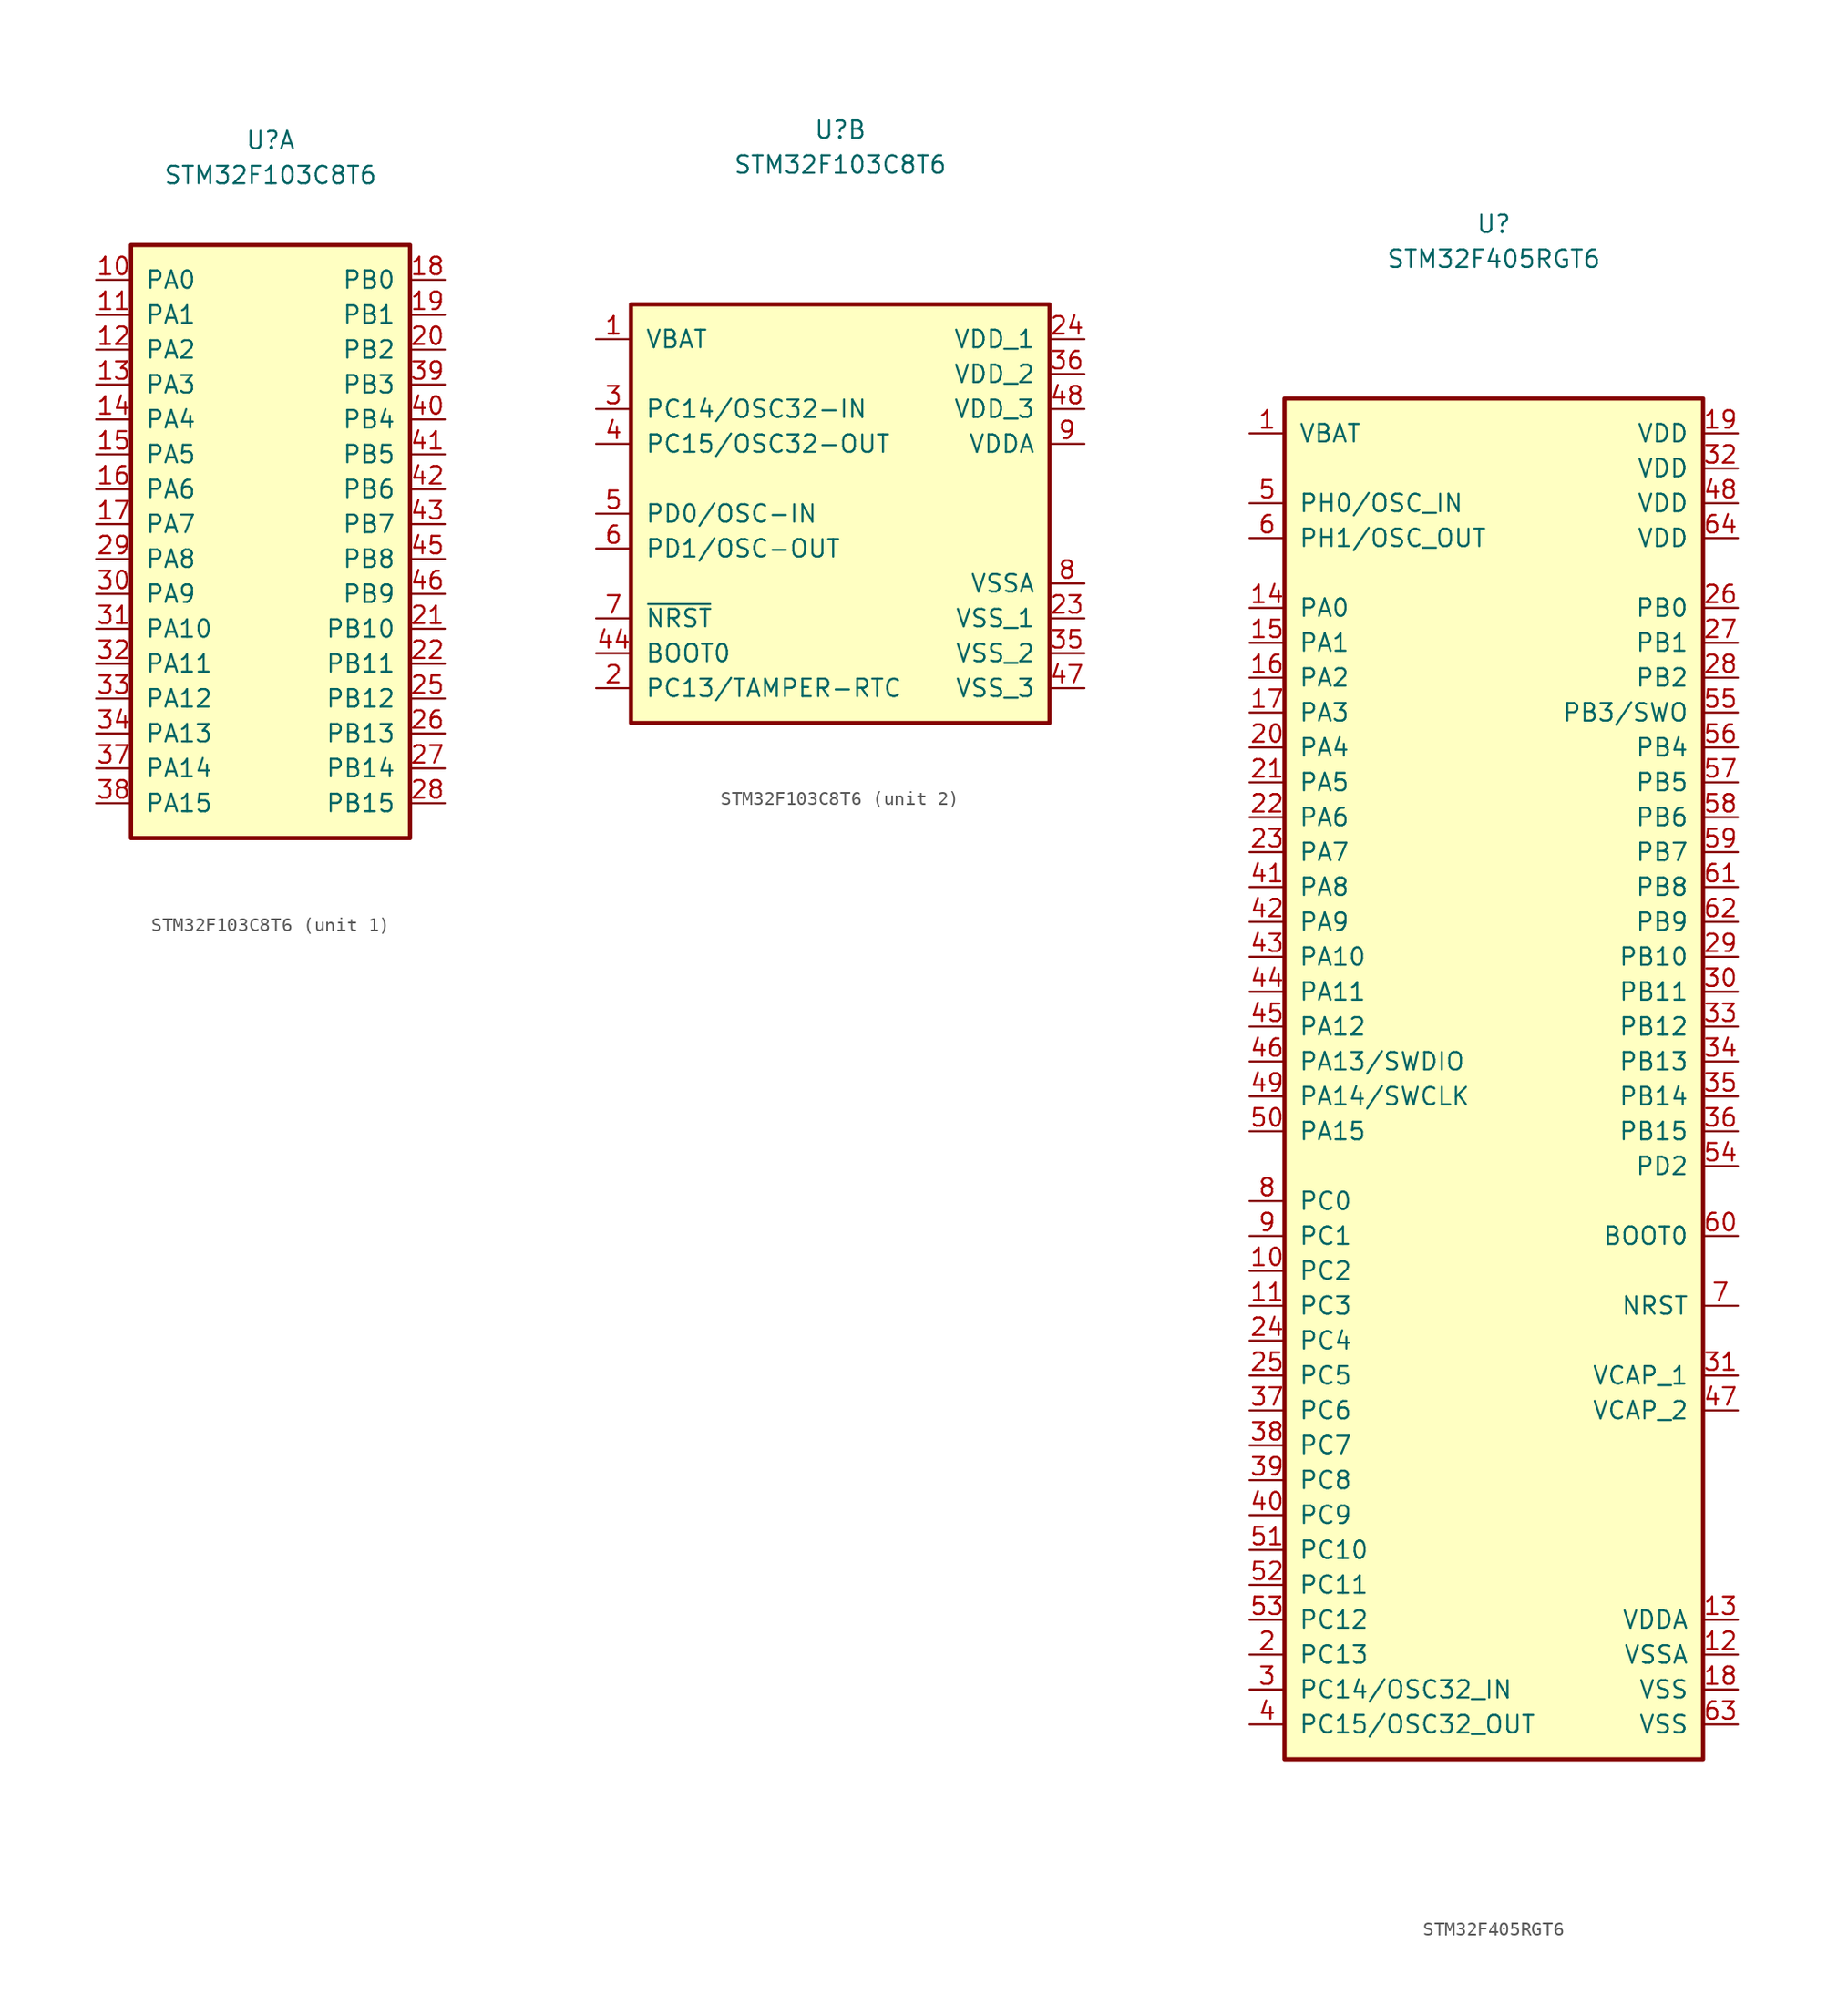
<source format=kicad_sym>
(kicad_symbol_lib
  (version 20211014)
  (generator kicad_symbol_editor)
  (symbol "STM32F103C8T6"
    (pin_names
      (offset 1.016))
    (property "Reference" "U"
      (at 0 27.94 0)
      (effects (font (size 1.27 1.27))))
    (property "Value" "STM32F103C8T6"
      (at 0 25.4 0)
      (effects (font (size 1.27 1.27))))
    (property "ki_locked" ""
      (at 0 0 0)
      (effects (font (size 1.27 1.27))))
    (symbol "STM32F103C8T6_1_1"
      (rectangle (start -10.16 20.32) (end 10.16 -22.86) (stroke (width 0.305) (type default) (color 0 0 0 0)) (fill (type background)))
      (pin bidirectional line (at -12.7 17.78 0) (length 2.54) (name "PA0" (effects (font (size 1.27 1.27)))) (number "10" (effects (font (size 1.27 1.27)))))
      (pin bidirectional line (at -12.7 15.24 0) (length 2.54) (name "PA1" (effects (font (size 1.27 1.27)))) (number "11" (effects (font (size 1.27 1.27)))))
      (pin bidirectional line (at -12.7 12.7 0) (length 2.54) (name "PA2" (effects (font (size 1.27 1.27)))) (number "12" (effects (font (size 1.27 1.27)))))
      (pin bidirectional line (at -12.7 10.16 0) (length 2.54) (name "PA3" (effects (font (size 1.27 1.27)))) (number "13" (effects (font (size 1.27 1.27)))))
      (pin bidirectional line (at -12.7 7.62 0) (length 2.54) (name "PA4" (effects (font (size 1.27 1.27)))) (number "14" (effects (font (size 1.27 1.27)))))
      (pin bidirectional line (at -12.7 5.08 0) (length 2.54) (name "PA5" (effects (font (size 1.27 1.27)))) (number "15" (effects (font (size 1.27 1.27)))))
      (pin bidirectional line (at -12.7 2.54 0) (length 2.54) (name "PA6" (effects (font (size 1.27 1.27)))) (number "16" (effects (font (size 1.27 1.27)))))
      (pin bidirectional line (at -12.7 0 0) (length 2.54) (name "PA7" (effects (font (size 1.27 1.27)))) (number "17" (effects (font (size 1.27 1.27)))))
      (pin bidirectional line (at 12.7 17.78 180) (length 2.54) (name "PB0" (effects (font (size 1.27 1.27)))) (number "18" (effects (font (size 1.27 1.27)))))
      (pin bidirectional line (at 12.7 15.24 180) (length 2.54) (name "PB1" (effects (font (size 1.27 1.27)))) (number "19" (effects (font (size 1.27 1.27)))))
      (pin bidirectional line (at 12.7 12.7 180) (length 2.54) (name "PB2" (effects (font (size 1.27 1.27)))) (number "20" (effects (font (size 1.27 1.27)))))
      (pin bidirectional line (at 12.7 -7.62 180) (length 2.54) (name "PB10" (effects (font (size 1.27 1.27)))) (number "21" (effects (font (size 1.27 1.27)))))
      (pin bidirectional line (at 12.7 -10.16 180) (length 2.54) (name "PB11" (effects (font (size 1.27 1.27)))) (number "22" (effects (font (size 1.27 1.27)))))
      (pin bidirectional line (at 12.7 -12.7 180) (length 2.54) (name "PB12" (effects (font (size 1.27 1.27)))) (number "25" (effects (font (size 1.27 1.27)))))
      (pin bidirectional line (at 12.7 -15.24 180) (length 2.54) (name "PB13" (effects (font (size 1.27 1.27)))) (number "26" (effects (font (size 1.27 1.27)))))
      (pin bidirectional line (at 12.7 -17.78 180) (length 2.54) (name "PB14" (effects (font (size 1.27 1.27)))) (number "27" (effects (font (size 1.27 1.27)))))
      (pin bidirectional line (at 12.7 -20.32 180) (length 2.54) (name "PB15" (effects (font (size 1.27 1.27)))) (number "28" (effects (font (size 1.27 1.27)))))
      (pin bidirectional line (at -12.7 -2.54 0) (length 2.54) (name "PA8" (effects (font (size 1.27 1.27)))) (number "29" (effects (font (size 1.27 1.27)))))
      (pin bidirectional line (at -12.7 -5.08 0) (length 2.54) (name "PA9" (effects (font (size 1.27 1.27)))) (number "30" (effects (font (size 1.27 1.27)))))
      (pin bidirectional line (at -12.7 -7.62 0) (length 2.54) (name "PA10" (effects (font (size 1.27 1.27)))) (number "31" (effects (font (size 1.27 1.27)))))
      (pin bidirectional line (at -12.7 -10.16 0) (length 2.54) (name "PA11" (effects (font (size 1.27 1.27)))) (number "32" (effects (font (size 1.27 1.27)))))
      (pin bidirectional line (at -12.7 -12.7 0) (length 2.54) (name "PA12" (effects (font (size 1.27 1.27)))) (number "33" (effects (font (size 1.27 1.27)))))
      (pin bidirectional line (at -12.7 -15.24 0) (length 2.54) (name "PA13" (effects (font (size 1.27 1.27)))) (number "34" (effects (font (size 1.27 1.27)))))
      (pin bidirectional line (at -12.7 -17.78 0) (length 2.54) (name "PA14" (effects (font (size 1.27 1.27)))) (number "37" (effects (font (size 1.27 1.27)))))
      (pin bidirectional line (at -12.7 -20.32 0) (length 2.54) (name "PA15" (effects (font (size 1.27 1.27)))) (number "38" (effects (font (size 1.27 1.27)))))
      (pin bidirectional line (at 12.7 10.16 180) (length 2.54) (name "PB3" (effects (font (size 1.27 1.27)))) (number "39" (effects (font (size 1.27 1.27)))))
      (pin bidirectional line (at 12.7 7.62 180) (length 2.54) (name "PB4" (effects (font (size 1.27 1.27)))) (number "40" (effects (font (size 1.27 1.27)))))
      (pin bidirectional line (at 12.7 5.08 180) (length 2.54) (name "PB5" (effects (font (size 1.27 1.27)))) (number "41" (effects (font (size 1.27 1.27)))))
      (pin bidirectional line (at 12.7 2.54 180) (length 2.54) (name "PB6" (effects (font (size 1.27 1.27)))) (number "42" (effects (font (size 1.27 1.27)))))
      (pin bidirectional line (at 12.7 0 180) (length 2.54) (name "PB7" (effects (font (size 1.27 1.27)))) (number "43" (effects (font (size 1.27 1.27)))))
      (pin bidirectional line (at 12.7 -2.54 180) (length 2.54) (name "PB8" (effects (font (size 1.27 1.27)))) (number "45" (effects (font (size 1.27 1.27)))))
      (pin bidirectional line (at 12.7 -5.08 180) (length 2.54) (name "PB9" (effects (font (size 1.27 1.27)))) (number "46" (effects (font (size 1.27 1.27))))))
    (symbol "STM32F103C8T6_2_1"
      (rectangle (start -15.24 15.24) (end 15.24 -15.24) (stroke (width 0.305) (type default) (color 0 0 0 0)) (fill (type background)))
      (pin power_in line (at -17.78 12.7 0) (length 2.54) (name "VBAT" (effects (font (size 1.27 1.27)))) (number "1" (effects (font (size 1.27 1.27)))))
      (pin bidirectional line (at -17.78 -12.7 0) (length 2.54) (name "PC13/TAMPER-RTC" (effects (font (size 1.27 1.27)))) (number "2" (effects (font (size 1.27 1.27)))))
      (pin power_in line (at 17.78 -7.62 180) (length 2.54) (name "VSS_1" (effects (font (size 1.27 1.27)))) (number "23" (effects (font (size 1.27 1.27)))))
      (pin power_in line (at 17.78 12.7 180) (length 2.54) (name "VDD_1" (effects (font (size 1.27 1.27)))) (number "24" (effects (font (size 1.27 1.27)))))
      (pin bidirectional line (at -17.78 7.62 0) (length 2.54) (name "PC14/OSC32-IN" (effects (font (size 1.27 1.27)))) (number "3" (effects (font (size 1.27 1.27)))))
      (pin power_in line (at 17.78 -10.16 180) (length 2.54) (name "VSS_2" (effects (font (size 1.27 1.27)))) (number "35" (effects (font (size 1.27 1.27)))))
      (pin power_in line (at 17.78 10.16 180) (length 2.54) (name "VDD_2" (effects (font (size 1.27 1.27)))) (number "36" (effects (font (size 1.27 1.27)))))
      (pin bidirectional line (at -17.78 5.08 0) (length 2.54) (name "PC15/OSC32-OUT" (effects (font (size 1.27 1.27)))) (number "4" (effects (font (size 1.27 1.27)))))
      (pin input line (at -17.78 -10.16 0) (length 2.54) (name "BOOT0" (effects (font (size 1.27 1.27)))) (number "44" (effects (font (size 1.27 1.27)))))
      (pin power_in line (at 17.78 -12.7 180) (length 2.54) (name "VSS_3" (effects (font (size 1.27 1.27)))) (number "47" (effects (font (size 1.27 1.27)))))
      (pin power_in line (at 17.78 7.62 180) (length 2.54) (name "VDD_3" (effects (font (size 1.27 1.27)))) (number "48" (effects (font (size 1.27 1.27)))))
      (pin bidirectional line (at -17.78 0 0) (length 2.54) (name "PD0/OSC-IN" (effects (font (size 1.27 1.27)))) (number "5" (effects (font (size 1.27 1.27)))))
      (pin bidirectional line (at -17.78 -2.54 0) (length 2.54) (name "PD1/OSC-OUT" (effects (font (size 1.27 1.27)))) (number "6" (effects (font (size 1.27 1.27)))))
      (pin input line (at -17.78 -7.62 0) (length 2.54) (name "~{NRST}" (effects (font (size 1.27 1.27)))) (number "7" (effects (font (size 1.27 1.27)))))
      (pin power_in line (at 17.78 -5.08 180) (length 2.54) (name "VSSA" (effects (font (size 1.27 1.27)))) (number "8" (effects (font (size 1.27 1.27)))))
      (pin power_in line (at 17.78 5.08 180) (length 2.54) (name "VDDA" (effects (font (size 1.27 1.27)))) (number "9" (effects (font (size 1.27 1.27)))))))
  (symbol "STM32F405RGT6"
    (pin_names
      (offset 1.016))
    (property "Reference" "U"
      (at 0 15.24 0)
      (effects (font (size 1.27 1.27))))
    (property "Value" "STM32F405RGT6"
      (at 0 12.7 0)
      (effects (font (size 1.27 1.27))))
    (symbol "STM32F405RGT6_0_1"
      (rectangle (start -15.24 2.54) (end 15.24 -96.52) (stroke (width 0.305) (type default) (color 0 0 0 0)) (fill (type background))))
    (symbol "STM32F405RGT6_1_1"
      (pin power_in line (at -17.78 0 0) (length 2.54) (name "VBAT" (effects (font (size 1.27 1.27)))) (number "1" (effects (font (size 1.27 1.27)))))
      (pin bidirectional line (at -17.78 -60.96 0) (length 2.54) (name "PC2" (effects (font (size 1.27 1.27)))) (number "10" (effects (font (size 1.27 1.27)))))
      (pin bidirectional line (at -17.78 -63.5 0) (length 2.54) (name "PC3" (effects (font (size 1.27 1.27)))) (number "11" (effects (font (size 1.27 1.27)))))
      (pin power_in line (at 17.78 -88.9 180) (length 2.54) (name "VSSA" (effects (font (size 1.27 1.27)))) (number "12" (effects (font (size 1.27 1.27)))))
      (pin power_in line (at 17.78 -86.36 180) (length 2.54) (name "VDDA" (effects (font (size 1.27 1.27)))) (number "13" (effects (font (size 1.27 1.27)))))
      (pin bidirectional line (at -17.78 -12.7 0) (length 2.54) (name "PA0" (effects (font (size 1.27 1.27)))) (number "14" (effects (font (size 1.27 1.27)))))
      (pin bidirectional line (at -17.78 -15.24 0) (length 2.54) (name "PA1" (effects (font (size 1.27 1.27)))) (number "15" (effects (font (size 1.27 1.27)))))
      (pin bidirectional line (at -17.78 -17.78 0) (length 2.54) (name "PA2" (effects (font (size 1.27 1.27)))) (number "16" (effects (font (size 1.27 1.27)))))
      (pin bidirectional line (at -17.78 -20.32 0) (length 2.54) (name "PA3" (effects (font (size 1.27 1.27)))) (number "17" (effects (font (size 1.27 1.27)))))
      (pin power_in line (at 17.78 -91.44 180) (length 2.54) (name "VSS" (effects (font (size 1.27 1.27)))) (number "18" (effects (font (size 1.27 1.27)))))
      (pin power_in line (at 17.78 0 180) (length 2.54) (name "VDD" (effects (font (size 1.27 1.27)))) (number "19" (effects (font (size 1.27 1.27)))))
      (pin bidirectional line (at -17.78 -88.9 0) (length 2.54) (name "PC13" (effects (font (size 1.27 1.27)))) (number "2" (effects (font (size 1.27 1.27)))))
      (pin bidirectional line (at -17.78 -22.86 0) (length 2.54) (name "PA4" (effects (font (size 1.27 1.27)))) (number "20" (effects (font (size 1.27 1.27)))))
      (pin bidirectional line (at -17.78 -25.4 0) (length 2.54) (name "PA5" (effects (font (size 1.27 1.27)))) (number "21" (effects (font (size 1.27 1.27)))))
      (pin bidirectional line (at -17.78 -27.94 0) (length 2.54) (name "PA6" (effects (font (size 1.27 1.27)))) (number "22" (effects (font (size 1.27 1.27)))))
      (pin bidirectional line (at -17.78 -30.48 0) (length 2.54) (name "PA7" (effects (font (size 1.27 1.27)))) (number "23" (effects (font (size 1.27 1.27)))))
      (pin bidirectional line (at -17.78 -66.04 0) (length 2.54) (name "PC4" (effects (font (size 1.27 1.27)))) (number "24" (effects (font (size 1.27 1.27)))))
      (pin bidirectional line (at -17.78 -68.58 0) (length 2.54) (name "PC5" (effects (font (size 1.27 1.27)))) (number "25" (effects (font (size 1.27 1.27)))))
      (pin bidirectional line (at 17.78 -12.7 180) (length 2.54) (name "PB0" (effects (font (size 1.27 1.27)))) (number "26" (effects (font (size 1.27 1.27)))))
      (pin bidirectional line (at 17.78 -15.24 180) (length 2.54) (name "PB1" (effects (font (size 1.27 1.27)))) (number "27" (effects (font (size 1.27 1.27)))))
      (pin bidirectional line (at 17.78 -17.78 180) (length 2.54) (name "PB2" (effects (font (size 1.27 1.27)))) (number "28" (effects (font (size 1.27 1.27)))))
      (pin bidirectional line (at 17.78 -38.1 180) (length 2.54) (name "PB10" (effects (font (size 1.27 1.27)))) (number "29" (effects (font (size 1.27 1.27)))))
      (pin bidirectional line (at -17.78 -91.44 0) (length 2.54) (name "PC14/OSC32_IN" (effects (font (size 1.27 1.27)))) (number "3" (effects (font (size 1.27 1.27)))))
      (pin bidirectional line (at 17.78 -40.64 180) (length 2.54) (name "PB11" (effects (font (size 1.27 1.27)))) (number "30" (effects (font (size 1.27 1.27)))))
      (pin input line (at 17.78 -68.58 180) (length 2.54) (name "VCAP_1" (effects (font (size 1.27 1.27)))) (number "31" (effects (font (size 1.27 1.27)))))
      (pin power_in line (at 17.78 -2.54 180) (length 2.54) (name "VDD" (effects (font (size 1.27 1.27)))) (number "32" (effects (font (size 1.27 1.27)))))
      (pin bidirectional line (at 17.78 -43.18 180) (length 2.54) (name "PB12" (effects (font (size 1.27 1.27)))) (number "33" (effects (font (size 1.27 1.27)))))
      (pin bidirectional line (at 17.78 -45.72 180) (length 2.54) (name "PB13" (effects (font (size 1.27 1.27)))) (number "34" (effects (font (size 1.27 1.27)))))
      (pin bidirectional line (at 17.78 -48.26 180) (length 2.54) (name "PB14" (effects (font (size 1.27 1.27)))) (number "35" (effects (font (size 1.27 1.27)))))
      (pin bidirectional line (at 17.78 -50.8 180) (length 2.54) (name "PB15" (effects (font (size 1.27 1.27)))) (number "36" (effects (font (size 1.27 1.27)))))
      (pin bidirectional line (at -17.78 -71.12 0) (length 2.54) (name "PC6" (effects (font (size 1.27 1.27)))) (number "37" (effects (font (size 1.27 1.27)))))
      (pin bidirectional line (at -17.78 -73.66 0) (length 2.54) (name "PC7" (effects (font (size 1.27 1.27)))) (number "38" (effects (font (size 1.27 1.27)))))
      (pin bidirectional line (at -17.78 -76.2 0) (length 2.54) (name "PC8" (effects (font (size 1.27 1.27)))) (number "39" (effects (font (size 1.27 1.27)))))
      (pin bidirectional line (at -17.78 -93.98 0) (length 2.54) (name "PC15/OSC32_OUT" (effects (font (size 1.27 1.27)))) (number "4" (effects (font (size 1.27 1.27)))))
      (pin bidirectional line (at -17.78 -78.74 0) (length 2.54) (name "PC9" (effects (font (size 1.27 1.27)))) (number "40" (effects (font (size 1.27 1.27)))))
      (pin bidirectional line (at -17.78 -33.02 0) (length 2.54) (name "PA8" (effects (font (size 1.27 1.27)))) (number "41" (effects (font (size 1.27 1.27)))))
      (pin bidirectional line (at -17.78 -35.56 0) (length 2.54) (name "PA9" (effects (font (size 1.27 1.27)))) (number "42" (effects (font (size 1.27 1.27)))))
      (pin bidirectional line (at -17.78 -38.1 0) (length 2.54) (name "PA10" (effects (font (size 1.27 1.27)))) (number "43" (effects (font (size 1.27 1.27)))))
      (pin bidirectional line (at -17.78 -40.64 0) (length 2.54) (name "PA11" (effects (font (size 1.27 1.27)))) (number "44" (effects (font (size 1.27 1.27)))))
      (pin bidirectional line (at -17.78 -43.18 0) (length 2.54) (name "PA12" (effects (font (size 1.27 1.27)))) (number "45" (effects (font (size 1.27 1.27)))))
      (pin bidirectional line (at -17.78 -45.72 0) (length 2.54) (name "PA13/SWDIO" (effects (font (size 1.27 1.27)))) (number "46" (effects (font (size 1.27 1.27)))))
      (pin input line (at 17.78 -71.12 180) (length 2.54) (name "VCAP_2" (effects (font (size 1.27 1.27)))) (number "47" (effects (font (size 1.27 1.27)))))
      (pin power_in line (at 17.78 -5.08 180) (length 2.54) (name "VDD" (effects (font (size 1.27 1.27)))) (number "48" (effects (font (size 1.27 1.27)))))
      (pin bidirectional line (at -17.78 -48.26 0) (length 2.54) (name "PA14/SWCLK" (effects (font (size 1.27 1.27)))) (number "49" (effects (font (size 1.27 1.27)))))
      (pin bidirectional line (at -17.78 -5.08 0) (length 2.54) (name "PH0/OSC_IN" (effects (font (size 1.27 1.27)))) (number "5" (effects (font (size 1.27 1.27)))))
      (pin bidirectional line (at -17.78 -50.8 0) (length 2.54) (name "PA15" (effects (font (size 1.27 1.27)))) (number "50" (effects (font (size 1.27 1.27)))))
      (pin bidirectional line (at -17.78 -81.28 0) (length 2.54) (name "PC10" (effects (font (size 1.27 1.27)))) (number "51" (effects (font (size 1.27 1.27)))))
      (pin bidirectional line (at -17.78 -83.82 0) (length 2.54) (name "PC11" (effects (font (size 1.27 1.27)))) (number "52" (effects (font (size 1.27 1.27)))))
      (pin bidirectional line (at -17.78 -86.36 0) (length 2.54) (name "PC12" (effects (font (size 1.27 1.27)))) (number "53" (effects (font (size 1.27 1.27)))))
      (pin bidirectional line (at 17.78 -53.34 180) (length 2.54) (name "PD2" (effects (font (size 1.27 1.27)))) (number "54" (effects (font (size 1.27 1.27)))))
      (pin bidirectional line (at 17.78 -20.32 180) (length 2.54) (name "PB3/SWO" (effects (font (size 1.27 1.27)))) (number "55" (effects (font (size 1.27 1.27)))))
      (pin bidirectional line (at 17.78 -22.86 180) (length 2.54) (name "PB4" (effects (font (size 1.27 1.27)))) (number "56" (effects (font (size 1.27 1.27)))))
      (pin bidirectional line (at 17.78 -25.4 180) (length 2.54) (name "PB5" (effects (font (size 1.27 1.27)))) (number "57" (effects (font (size 1.27 1.27)))))
      (pin bidirectional line (at 17.78 -27.94 180) (length 2.54) (name "PB6" (effects (font (size 1.27 1.27)))) (number "58" (effects (font (size 1.27 1.27)))))
      (pin bidirectional line (at 17.78 -30.48 180) (length 2.54) (name "PB7" (effects (font (size 1.27 1.27)))) (number "59" (effects (font (size 1.27 1.27)))))
      (pin bidirectional line (at -17.78 -7.62 0) (length 2.54) (name "PH1/OSC_OUT" (effects (font (size 1.27 1.27)))) (number "6" (effects (font (size 1.27 1.27)))))
      (pin input line (at 17.78 -58.42 180) (length 2.54) (name "BOOT0" (effects (font (size 1.27 1.27)))) (number "60" (effects (font (size 1.27 1.27)))))
      (pin bidirectional line (at 17.78 -33.02 180) (length 2.54) (name "PB8" (effects (font (size 1.27 1.27)))) (number "61" (effects (font (size 1.27 1.27)))))
      (pin bidirectional line (at 17.78 -35.56 180) (length 2.54) (name "PB9" (effects (font (size 1.27 1.27)))) (number "62" (effects (font (size 1.27 1.27)))))
      (pin power_in line (at 17.78 -93.98 180) (length 2.54) (name "VSS" (effects (font (size 1.27 1.27)))) (number "63" (effects (font (size 1.27 1.27)))))
      (pin power_in line (at 17.78 -7.62 180) (length 2.54) (name "VDD" (effects (font (size 1.27 1.27)))) (number "64" (effects (font (size 1.27 1.27)))))
      (pin input line (at 17.78 -63.5 180) (length 2.54) (name "NRST" (effects (font (size 1.27 1.27)))) (number "7" (effects (font (size 1.27 1.27)))))
      (pin bidirectional line (at -17.78 -55.88 0) (length 2.54) (name "PC0" (effects (font (size 1.27 1.27)))) (number "8" (effects (font (size 1.27 1.27)))))
      (pin bidirectional line (at -17.78 -58.42 0) (length 2.54) (name "PC1" (effects (font (size 1.27 1.27)))) (number "9" (effects (font (size 1.27 1.27))))))))
</source>
